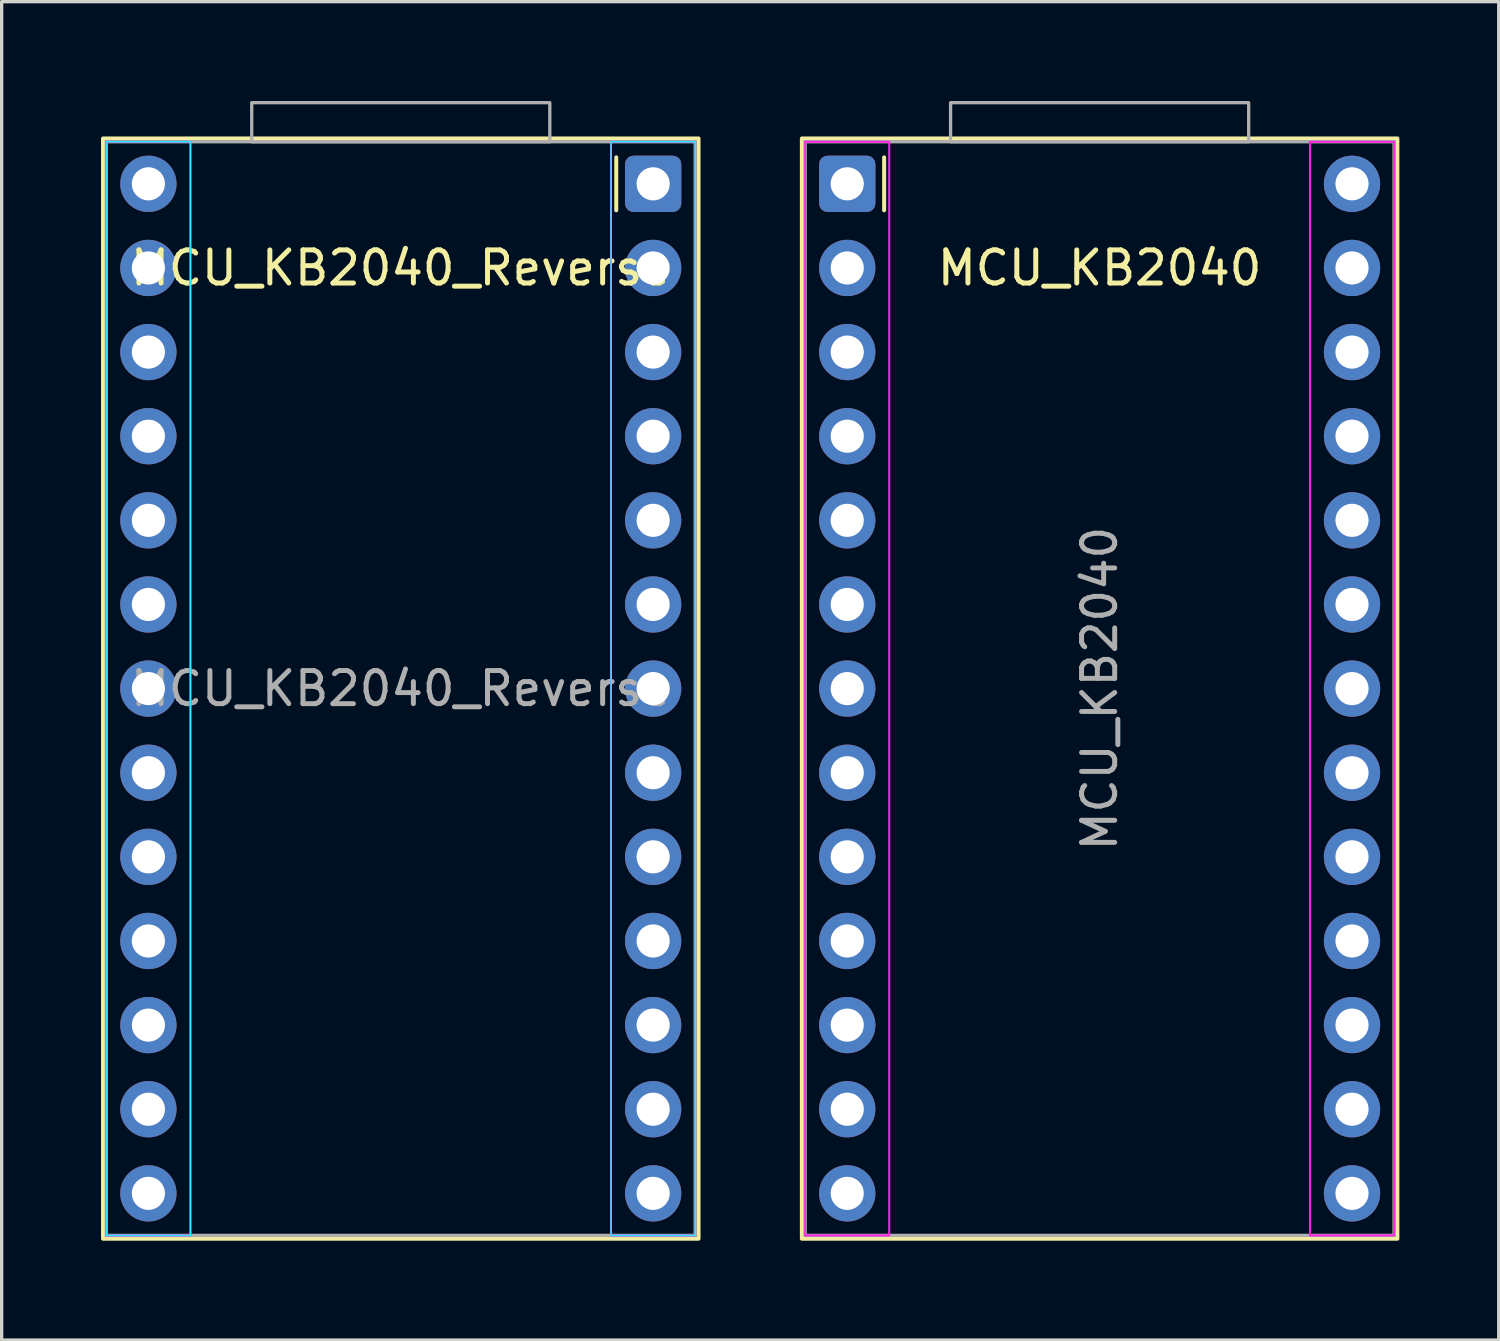
<source format=kicad_pcb>
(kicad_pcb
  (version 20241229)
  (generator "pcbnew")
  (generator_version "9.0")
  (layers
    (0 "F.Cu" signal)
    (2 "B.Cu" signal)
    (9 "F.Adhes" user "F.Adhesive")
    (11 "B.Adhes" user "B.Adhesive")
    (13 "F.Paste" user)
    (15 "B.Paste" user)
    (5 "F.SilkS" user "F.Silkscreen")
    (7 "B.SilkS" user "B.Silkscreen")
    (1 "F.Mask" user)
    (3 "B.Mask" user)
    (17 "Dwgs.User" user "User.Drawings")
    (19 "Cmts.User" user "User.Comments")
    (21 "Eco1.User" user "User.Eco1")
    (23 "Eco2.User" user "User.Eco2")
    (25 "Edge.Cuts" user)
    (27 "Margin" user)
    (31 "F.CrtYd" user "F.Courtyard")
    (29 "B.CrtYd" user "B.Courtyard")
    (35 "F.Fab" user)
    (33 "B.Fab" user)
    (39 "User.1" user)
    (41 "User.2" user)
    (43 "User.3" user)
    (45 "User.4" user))
  (footprint "MCU_KB2040_Reverse"
    (layer "F.Cu")
    (at 9.05 2.5)
    (property "Reference" "MCU_KB2040_Reverse" (at 0 2.54 0) (layer "F.SilkS") (effects (font (size 1 1) (thickness 0.15))))
    (attr through_hole)
    (fp_line (start 6.506 0.8) (end 6.506 -0.8) (stroke (width 0.12) (type default)) (layer "F.SilkS"))
    (fp_rect (start -8.99 -1.37) (end 8.99 31.85) (stroke (width 0.12) (type default)) (fill no) (layer "F.SilkS"))
    (fp_rect (start -6.35 -1.27) (end -8.89 31.75) (stroke (width 0.05) (type default)) (fill no) (layer "B.CrtYd"))
    (fp_rect (start 8.89 -1.27) (end 6.35 31.75) (stroke (width 0.05) (type default)) (fill no) (layer "B.CrtYd"))
    (fp_rect (start -6.35 -1.27) (end -8.89 31.75) (stroke (width 0.05) (type default)) (fill no) (layer "F.CrtYd"))
    (fp_rect (start -6.35 -1.27) (end -8.89 31.75) (stroke (width 0.05) (type default)) (fill no) (layer "F.CrtYd"))
    (fp_rect (start 8.89 -1.27) (end 6.35 31.75) (stroke (width 0.05) (type default)) (fill no) (layer "F.CrtYd"))
    (fp_rect (start 8.89 -1.27) (end 6.35 31.75) (stroke (width 0.05) (type default)) (fill no) (layer "F.CrtYd"))
    (fp_rect (start -8.89 -1.27) (end 8.89 31.75) (stroke (width 0.1) (type default)) (fill no) (layer "F.Fab"))
    (fp_rect (start -4.5 -2.45) (end 4.5 -1.27) (stroke (width 0.1) (type default)) (fill no) (layer "F.Fab"))
    (fp_text user "${REFERENCE}" (at 0 15.24 0) (layer "F.Fab") (effects (font (size 1 1) (thickness 0.15))))
    (pad "0" thru_hole roundrect (at 7.62 0) (size 1.7 1.7) (drill 1) (layers "*.Cu" "*.Mask") (roundrect_rratio 0.15))
    (pad "1" thru_hole circle (at 7.62 2.54) (size 1.7 1.7) (drill 1) (layers "*.Cu" "*.Mask"))
    (pad "2" thru_hole circle (at 7.62 5.08) (size 1.7 1.7) (drill 1) (layers "*.Cu" "*.Mask"))
    (pad "3" thru_hole circle (at 7.62 7.62) (size 1.7 1.7) (drill 1) (layers "*.Cu" "*.Mask"))
    (pad "4" thru_hole circle (at 7.62 10.16) (size 1.7 1.7) (drill 1) (layers "*.Cu" "*.Mask"))
    (pad "5" thru_hole circle (at 7.62 12.7) (size 1.7 1.7) (drill 1) (layers "*.Cu" "*.Mask"))
    (pad "6" thru_hole circle (at 7.62 15.24) (size 1.7 1.7) (drill 1) (layers "*.Cu" "*.Mask"))
    (pad "7" thru_hole circle (at 7.62 17.78) (size 1.7 1.7) (drill 1) (layers "*.Cu" "*.Mask"))
    (pad "8" thru_hole circle (at 7.62 20.32) (size 1.7 1.7) (drill 1) (layers "*.Cu" "*.Mask"))
    (pad "9" thru_hole circle (at 7.62 22.86) (size 1.7 1.7) (drill 1) (layers "*.Cu" "*.Mask"))
    (pad "10" thru_hole circle (at 7.62 25.4) (size 1.7 1.7) (drill 1) (layers "*.Cu" "*.Mask"))
    (pad "11" thru_hole circle (at 7.62 27.94) (size 1.7 1.7) (drill 1) (layers "*.Cu" "*.Mask"))
    (pad "12" thru_hole circle (at 7.62 30.48) (size 1.7 1.7) (drill 1) (layers "*.Cu" "*.Mask"))
    (pad "13" thru_hole circle (at -7.62 30.48) (size 1.7 1.7) (drill 1) (layers "*.Cu" "*.Mask"))
    (pad "14" thru_hole circle (at -7.62 27.94) (size 1.7 1.7) (drill 1) (layers "*.Cu" "*.Mask"))
    (pad "15" thru_hole circle (at -7.62 25.4) (size 1.7 1.7) (drill 1) (layers "*.Cu" "*.Mask"))
    (pad "16" thru_hole circle (at -7.62 22.86) (size 1.7 1.7) (drill 1) (layers "*.Cu" "*.Mask"))
    (pad "17" thru_hole circle (at -7.62 20.32) (size 1.7 1.7) (drill 1) (layers "*.Cu" "*.Mask"))
    (pad "18" thru_hole circle (at -7.62 17.78) (size 1.7 1.7) (drill 1) (layers "*.Cu" "*.Mask"))
    (pad "19" thru_hole circle (at -7.62 15.24) (size 1.7 1.7) (drill 1) (layers "*.Cu" "*.Mask"))
    (pad "20" thru_hole circle (at -7.62 12.7) (size 1.7 1.7) (drill 1) (layers "*.Cu" "*.Mask"))
    (pad "21" thru_hole circle (at -7.62 10.16) (size 1.7 1.7) (drill 1) (layers "*.Cu" "*.Mask"))
    (pad "22" thru_hole circle (at -7.62 7.62) (size 1.7 1.7) (drill 1) (layers "*.Cu" "*.Mask"))
    (pad "23" thru_hole circle (at -7.62 5.08) (size 1.7 1.7) (drill 1) (layers "*.Cu" "*.Mask"))
    (pad "24" thru_hole circle (at -7.62 2.54) (size 1.7 1.7) (drill 1) (layers "*.Cu" "*.Mask"))
    (pad "25" thru_hole circle (at -7.62 0) (size 1.7 1.7) (drill 1) (layers "*.Cu" "*.Mask")))
  (footprint "MCU_KB2040"
    (layer "F.Cu")
    (at 30.15 2.5)
    (property "Reference" "MCU_KB2040" (at 0 2.54 0) (layer "F.SilkS") (effects (font (size 1 1) (thickness 0.15))))
    (attr through_hole)
    (fp_line (start -6.506 0.8) (end -6.506 -0.8) (stroke (width 0.12) (type default)) (layer "F.SilkS"))
    (fp_rect (start -8.99 -1.37) (end 8.99 31.85) (stroke (width 0.12) (type default)) (fill no) (layer "F.SilkS"))
    (fp_rect (start -6.35 -1.27) (end -8.89 31.75) (stroke (width 0.05) (type default)) (fill no) (layer "F.CrtYd"))
    (fp_rect (start -6.35 -1.27) (end -8.89 31.75) (stroke (width 0.05) (type default)) (fill no) (layer "F.CrtYd"))
    (fp_rect (start 8.89 -1.27) (end 6.35 31.75) (stroke (width 0.05) (type default)) (fill no) (layer "F.CrtYd"))
    (fp_rect (start 8.89 -1.27) (end 6.35 31.75) (stroke (width 0.05) (type default)) (fill no) (layer "F.CrtYd"))
    (fp_rect (start -8.89 -1.27) (end 8.89 31.75) (stroke (width 0.1) (type default)) (fill no) (layer "F.Fab"))
    (fp_rect (start -4.5 -2.45) (end 4.5 -1.27) (stroke (width 0.1) (type default)) (fill no) (layer "F.Fab"))
    (fp_text user "${REFERENCE}" (at 0 15.24 90) (layer "F.Fab") (effects (font (size 1 1) (thickness 0.15))))
    (pad "0" thru_hole roundrect (at -7.62 0) (size 1.7 1.7) (drill 1) (layers "*.Cu" "*.Mask") (roundrect_rratio 0.15))
    (pad "1" thru_hole circle (at -7.62 2.54) (size 1.7 1.7) (drill 1) (layers "*.Cu" "*.Mask"))
    (pad "2" thru_hole circle (at -7.62 5.08) (size 1.7 1.7) (drill 1) (layers "*.Cu" "*.Mask"))
    (pad "3" thru_hole circle (at -7.62 7.62) (size 1.7 1.7) (drill 1) (layers "*.Cu" "*.Mask"))
    (pad "4" thru_hole circle (at -7.62 10.16) (size 1.7 1.7) (drill 1) (layers "*.Cu" "*.Mask"))
    (pad "5" thru_hole circle (at -7.62 12.7) (size 1.7 1.7) (drill 1) (layers "*.Cu" "*.Mask"))
    (pad "6" thru_hole circle (at -7.62 15.24) (size 1.7 1.7) (drill 1) (layers "*.Cu" "*.Mask"))
    (pad "7" thru_hole circle (at -7.62 17.78) (size 1.7 1.7) (drill 1) (layers "*.Cu" "*.Mask"))
    (pad "8" thru_hole circle (at -7.62 20.32) (size 1.7 1.7) (drill 1) (layers "*.Cu" "*.Mask"))
    (pad "9" thru_hole circle (at -7.62 22.86) (size 1.7 1.7) (drill 1) (layers "*.Cu" "*.Mask"))
    (pad "10" thru_hole circle (at -7.62 25.4) (size 1.7 1.7) (drill 1) (layers "*.Cu" "*.Mask"))
    (pad "11" thru_hole circle (at -7.62 27.94) (size 1.7 1.7) (drill 1) (layers "*.Cu" "*.Mask"))
    (pad "12" thru_hole circle (at -7.62 30.48) (size 1.7 1.7) (drill 1) (layers "*.Cu" "*.Mask"))
    (pad "13" thru_hole circle (at 7.62 30.48) (size 1.7 1.7) (drill 1) (layers "*.Cu" "*.Mask"))
    (pad "14" thru_hole circle (at 7.62 27.94) (size 1.7 1.7) (drill 1) (layers "*.Cu" "*.Mask"))
    (pad "15" thru_hole circle (at 7.62 25.4) (size 1.7 1.7) (drill 1) (layers "*.Cu" "*.Mask"))
    (pad "16" thru_hole circle (at 7.62 22.86) (size 1.7 1.7) (drill 1) (layers "*.Cu" "*.Mask"))
    (pad "17" thru_hole circle (at 7.62 20.32) (size 1.7 1.7) (drill 1) (layers "*.Cu" "*.Mask"))
    (pad "18" thru_hole circle (at 7.62 17.78) (size 1.7 1.7) (drill 1) (layers "*.Cu" "*.Mask"))
    (pad "19" thru_hole circle (at 7.62 15.24) (size 1.7 1.7) (drill 1) (layers "*.Cu" "*.Mask"))
    (pad "20" thru_hole circle (at 7.62 12.7) (size 1.7 1.7) (drill 1) (layers "*.Cu" "*.Mask"))
    (pad "21" thru_hole circle (at 7.62 10.16) (size 1.7 1.7) (drill 1) (layers "*.Cu" "*.Mask"))
    (pad "22" thru_hole circle (at 7.62 7.62) (size 1.7 1.7) (drill 1) (layers "*.Cu" "*.Mask"))
    (pad "23" thru_hole circle (at 7.62 5.08) (size 1.7 1.7) (drill 1) (layers "*.Cu" "*.Mask"))
    (pad "24" thru_hole circle (at 7.62 2.54) (size 1.7 1.7) (drill 1) (layers "*.Cu" "*.Mask"))
    (pad "25" thru_hole circle (at 7.62 0) (size 1.7 1.7) (drill 1) (layers "*.Cu" "*.Mask")))
  (gr_rect
    (start -3 -3)
    (end 42.2 37.41)
    (stroke (width 0.1) (type default))
    (fill no)
    (layer "Edge.Cuts")))
</source>
